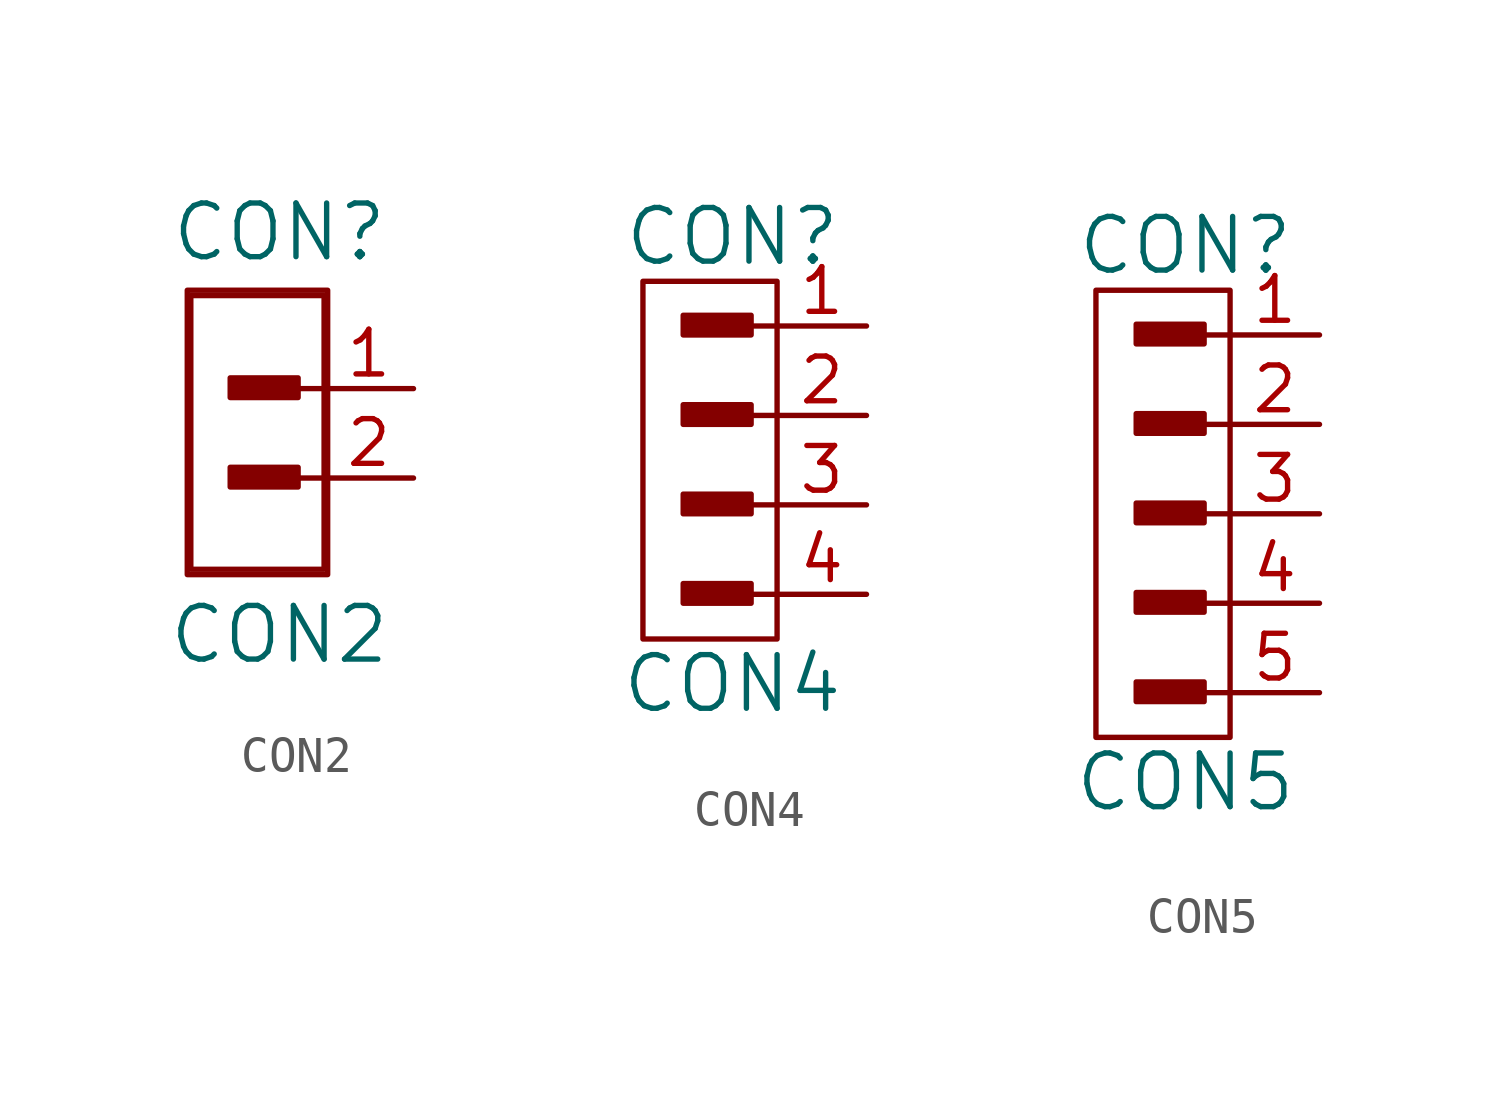
<source format=kicad_sym>
(kicad_symbol_lib
  (version 20211014)
  (generator kicad_symbol_editor)
  (symbol "CON2"
    (pin_names
      (offset 1.016))
    (property "Reference" "CON"
      (at -1.27 4.445 0)
      (effects (font (size 1.524 1.524))))
    (property "Value" "CON2"
      (at -1.27 -6.985 0)
      (effects (font (size 1.524 1.524))))
    (property "Footprint" ""
      (at -1.905 -1.27 0)
      (effects (font (size 1.524 1.524))))
    (property "Datasheet" ""
      (at -1.905 -1.27 0)
      (effects (font (size 1.524 1.524))))
    (symbol "CON2_0_0"
      (rectangle (start -2.642 -2.692) (end -0.864 -2.337) (stroke (width 0) (type default) (color 0 0 0 0)) (fill (type none)))
      (rectangle (start -2.616 -2.591) (end -0.965 -2.489) (stroke (width 0) (type default) (color 0 0 0 0)) (fill (type none)))
      (rectangle (start -2.616 -0.152) (end -0.838 0.203) (stroke (width 0) (type default) (color 0 0 0 0)) (fill (type none)))
      (rectangle (start -2.591 -0.025) (end -0.94 0.076) (stroke (width 0) (type default) (color 0 0 0 0)) (fill (type none)))
      (rectangle (start -0.965 -2.413) (end -2.642 -2.616) (stroke (width 0) (type default) (color 0 0 0 0)) (fill (type none)))
      (rectangle (start -0.864 0.102) (end -2.54 -0.102) (stroke (width 0) (type default) (color 0 0 0 0)) (fill (type none)))
      (rectangle (start -0.737 -2.235) (end -2.667 -2.794) (stroke (width 0) (type default) (color 0 0 0 0)) (fill (type none)))
      (rectangle (start -0.737 0.305) (end -2.667 -0.254) (stroke (width 0) (type default) (color 0 0 0 0)) (fill (type none)))
      (polyline (pts (xy 0 -2.54) (xy -0.762 -2.54)) (stroke (width 0) (type default) (color 0 0 0 0)) (fill (type none)))
      (polyline (pts (xy 0 0) (xy -0.762 0)) (stroke (width 0) (type default) (color 0 0 0 0)) (fill (type none)))
      (rectangle (start 0 2.642) (end -3.785 -5.131) (stroke (width 0) (type default) (color 0 0 0 0)) (fill (type none)))
      (rectangle (start 0.102 2.794) (end -3.886 -5.283) (stroke (width 0) (type default) (color 0 0 0 0)) (fill (type none))))
    (symbol "CON2_1_1"
      (pin passive line (at 2.54 0 180) (length 2.54) (name "~" (effects (font (size 1.27 1.27)))) (number "1" (effects (font (size 1.27 1.27)))))
      (pin passive line (at 2.54 -2.54 180) (length 2.54) (name "~" (effects (font (size 1.27 1.27)))) (number "2" (effects (font (size 1.27 1.27)))))))
  (symbol "CON4"
    (pin_names
      (offset 1.016))
    (property "Reference" "CON"
      (at -1.27 5.08 0)
      (effects (font (size 1.524 1.524))))
    (property "Value" "CON4"
      (at -1.27 -7.62 0)
      (effects (font (size 1.524 1.524))))
    (property "Footprint" ""
      (at -1.905 1.27 0)
      (effects (font (size 1.524 1.524))))
    (property "Datasheet" ""
      (at -1.905 1.27 0)
      (effects (font (size 1.524 1.524))))
    (symbol "CON4_0_0"
      (rectangle (start -2.642 -5.232) (end -0.864 -4.877) (stroke (width 0) (type default) (color 0 0 0 0)) (fill (type none)))
      (rectangle (start -2.642 -2.692) (end -0.864 -2.337) (stroke (width 0) (type default) (color 0 0 0 0)) (fill (type none)))
      (rectangle (start -2.642 -0.152) (end -0.864 0.203) (stroke (width 0) (type default) (color 0 0 0 0)) (fill (type none)))
      (rectangle (start -2.616 -5.131) (end -0.965 -5.029) (stroke (width 0) (type default) (color 0 0 0 0)) (fill (type none)))
      (rectangle (start -2.616 -2.591) (end -0.965 -2.489) (stroke (width 0) (type default) (color 0 0 0 0)) (fill (type none)))
      (rectangle (start -2.616 -0.051) (end -0.965 0.051) (stroke (width 0) (type default) (color 0 0 0 0)) (fill (type none)))
      (rectangle (start -2.616 2.388) (end -0.838 2.743) (stroke (width 0) (type default) (color 0 0 0 0)) (fill (type none)))
      (rectangle (start -2.591 2.515) (end -0.94 2.616) (stroke (width 0) (type default) (color 0 0 0 0)) (fill (type none)))
      (rectangle (start -0.965 -4.953) (end -2.642 -5.156) (stroke (width 0) (type default) (color 0 0 0 0)) (fill (type none)))
      (rectangle (start -0.965 -2.413) (end -2.642 -2.616) (stroke (width 0) (type default) (color 0 0 0 0)) (fill (type none)))
      (rectangle (start -0.965 0.127) (end -2.642 -0.076) (stroke (width 0) (type default) (color 0 0 0 0)) (fill (type none)))
      (rectangle (start -0.864 2.642) (end -2.54 2.438) (stroke (width 0) (type default) (color 0 0 0 0)) (fill (type none)))
      (rectangle (start -0.737 -4.775) (end -2.667 -5.334) (stroke (width 0) (type default) (color 0 0 0 0)) (fill (type none)))
      (rectangle (start -0.737 -2.235) (end -2.667 -2.794) (stroke (width 0) (type default) (color 0 0 0 0)) (fill (type none)))
      (rectangle (start -0.737 0.305) (end -2.667 -0.254) (stroke (width 0) (type default) (color 0 0 0 0)) (fill (type none)))
      (rectangle (start -0.737 2.845) (end -2.667 2.286) (stroke (width 0) (type default) (color 0 0 0 0)) (fill (type none)))
      (polyline (pts (xy 0 -5.08) (xy -0.762 -5.08)) (stroke (width 0) (type default) (color 0 0 0 0)) (fill (type none)))
      (polyline (pts (xy 0 -2.54) (xy -0.762 -2.54)) (stroke (width 0) (type default) (color 0 0 0 0)) (fill (type none)))
      (polyline (pts (xy 0 0) (xy -0.762 0)) (stroke (width 0) (type default) (color 0 0 0 0)) (fill (type none)))
      (polyline (pts (xy 0 2.54) (xy -0.762 2.54)) (stroke (width 0) (type default) (color 0 0 0 0)) (fill (type none))))
    (symbol "CON4_0_1"
      (rectangle (start -3.81 3.81) (end 0 -6.35) (stroke (width 0) (type default) (color 0 0 0 0)) (fill (type none))))
    (symbol "CON4_1_1"
      (pin passive line (at 2.54 2.54 180) (length 2.54) (name "~" (effects (font (size 1.27 1.27)))) (number "1" (effects (font (size 1.27 1.27)))))
      (pin passive line (at 2.54 0 180) (length 2.54) (name "~" (effects (font (size 1.27 1.27)))) (number "2" (effects (font (size 1.27 1.27)))))
      (pin passive line (at 2.54 -2.54 180) (length 2.54) (name "~" (effects (font (size 1.27 1.27)))) (number "3" (effects (font (size 1.27 1.27)))))
      (pin passive line (at 2.54 -5.08 180) (length 2.54) (name "~" (effects (font (size 1.27 1.27)))) (number "4" (effects (font (size 1.27 1.27)))))))
  (symbol "CON5"
    (pin_names
      (offset 1.016))
    (property "Reference" "CON"
      (at -1.27 7.62 0)
      (effects (font (size 1.524 1.524))))
    (property "Value" "CON5"
      (at -1.27 -7.62 0)
      (effects (font (size 1.524 1.524))))
    (property "Footprint" ""
      (at -1.905 3.81 0)
      (effects (font (size 1.524 1.524))))
    (property "Datasheet" ""
      (at -1.905 3.81 0)
      (effects (font (size 1.524 1.524))))
    (symbol "CON5_0_0"
      (rectangle (start -2.642 -5.232) (end -0.864 -4.877) (stroke (width 0) (type default) (color 0 0 0 0)) (fill (type none)))
      (rectangle (start -2.642 -2.692) (end -0.864 -2.337) (stroke (width 0) (type default) (color 0 0 0 0)) (fill (type none)))
      (rectangle (start -2.642 -0.152) (end -0.864 0.203) (stroke (width 0) (type default) (color 0 0 0 0)) (fill (type none)))
      (rectangle (start -2.642 2.388) (end -0.864 2.743) (stroke (width 0) (type default) (color 0 0 0 0)) (fill (type none)))
      (rectangle (start -2.616 -5.131) (end -0.965 -5.029) (stroke (width 0) (type default) (color 0 0 0 0)) (fill (type none)))
      (rectangle (start -2.616 -2.591) (end -0.965 -2.489) (stroke (width 0) (type default) (color 0 0 0 0)) (fill (type none)))
      (rectangle (start -2.616 -0.051) (end -0.965 0.051) (stroke (width 0) (type default) (color 0 0 0 0)) (fill (type none)))
      (rectangle (start -2.616 2.489) (end -0.965 2.591) (stroke (width 0) (type default) (color 0 0 0 0)) (fill (type none)))
      (rectangle (start -2.616 4.928) (end -0.838 5.283) (stroke (width 0) (type default) (color 0 0 0 0)) (fill (type none)))
      (rectangle (start -2.591 5.055) (end -0.94 5.156) (stroke (width 0) (type default) (color 0 0 0 0)) (fill (type none)))
      (rectangle (start -0.965 -4.953) (end -2.642 -5.156) (stroke (width 0) (type default) (color 0 0 0 0)) (fill (type none)))
      (rectangle (start -0.965 -2.413) (end -2.642 -2.616) (stroke (width 0) (type default) (color 0 0 0 0)) (fill (type none)))
      (rectangle (start -0.965 0.127) (end -2.642 -0.076) (stroke (width 0) (type default) (color 0 0 0 0)) (fill (type none)))
      (rectangle (start -0.965 2.667) (end -2.642 2.464) (stroke (width 0) (type default) (color 0 0 0 0)) (fill (type none)))
      (rectangle (start -0.864 5.182) (end -2.54 4.978) (stroke (width 0) (type default) (color 0 0 0 0)) (fill (type none)))
      (rectangle (start -0.737 -4.775) (end -2.667 -5.334) (stroke (width 0) (type default) (color 0 0 0 0)) (fill (type none)))
      (rectangle (start -0.737 -2.235) (end -2.667 -2.794) (stroke (width 0) (type default) (color 0 0 0 0)) (fill (type none)))
      (rectangle (start -0.737 0.305) (end -2.667 -0.254) (stroke (width 0) (type default) (color 0 0 0 0)) (fill (type none)))
      (rectangle (start -0.737 2.845) (end -2.667 2.286) (stroke (width 0) (type default) (color 0 0 0 0)) (fill (type none)))
      (rectangle (start -0.737 5.385) (end -2.667 4.826) (stroke (width 0) (type default) (color 0 0 0 0)) (fill (type none)))
      (polyline (pts (xy 0 -5.08) (xy -0.762 -5.08)) (stroke (width 0) (type default) (color 0 0 0 0)) (fill (type none)))
      (polyline (pts (xy 0 -2.54) (xy -0.762 -2.54)) (stroke (width 0) (type default) (color 0 0 0 0)) (fill (type none)))
      (polyline (pts (xy 0 0) (xy -0.762 0)) (stroke (width 0) (type default) (color 0 0 0 0)) (fill (type none)))
      (polyline (pts (xy 0 2.54) (xy -0.762 2.54)) (stroke (width 0) (type default) (color 0 0 0 0)) (fill (type none)))
      (polyline (pts (xy 0 5.08) (xy -0.762 5.08)) (stroke (width 0) (type default) (color 0 0 0 0)) (fill (type none))))
    (symbol "CON5_0_1"
      (rectangle (start -3.81 6.35) (end 0 -6.35) (stroke (width 0) (type default) (color 0 0 0 0)) (fill (type none))))
    (symbol "CON5_1_1"
      (pin passive line (at 2.54 5.08 180) (length 2.54) (name "~" (effects (font (size 1.27 1.27)))) (number "1" (effects (font (size 1.27 1.27)))))
      (pin passive line (at 2.54 2.54 180) (length 2.54) (name "~" (effects (font (size 1.27 1.27)))) (number "2" (effects (font (size 1.27 1.27)))))
      (pin passive line (at 2.54 0 180) (length 2.54) (name "~" (effects (font (size 1.27 1.27)))) (number "3" (effects (font (size 1.27 1.27)))))
      (pin passive line (at 2.54 -2.54 180) (length 2.54) (name "~" (effects (font (size 1.27 1.27)))) (number "4" (effects (font (size 1.27 1.27)))))
      (pin passive line (at 2.54 -5.08 180) (length 2.54) (name "~" (effects (font (size 1.27 1.27)))) (number "5" (effects (font (size 1.27 1.27))))))))
</source>
